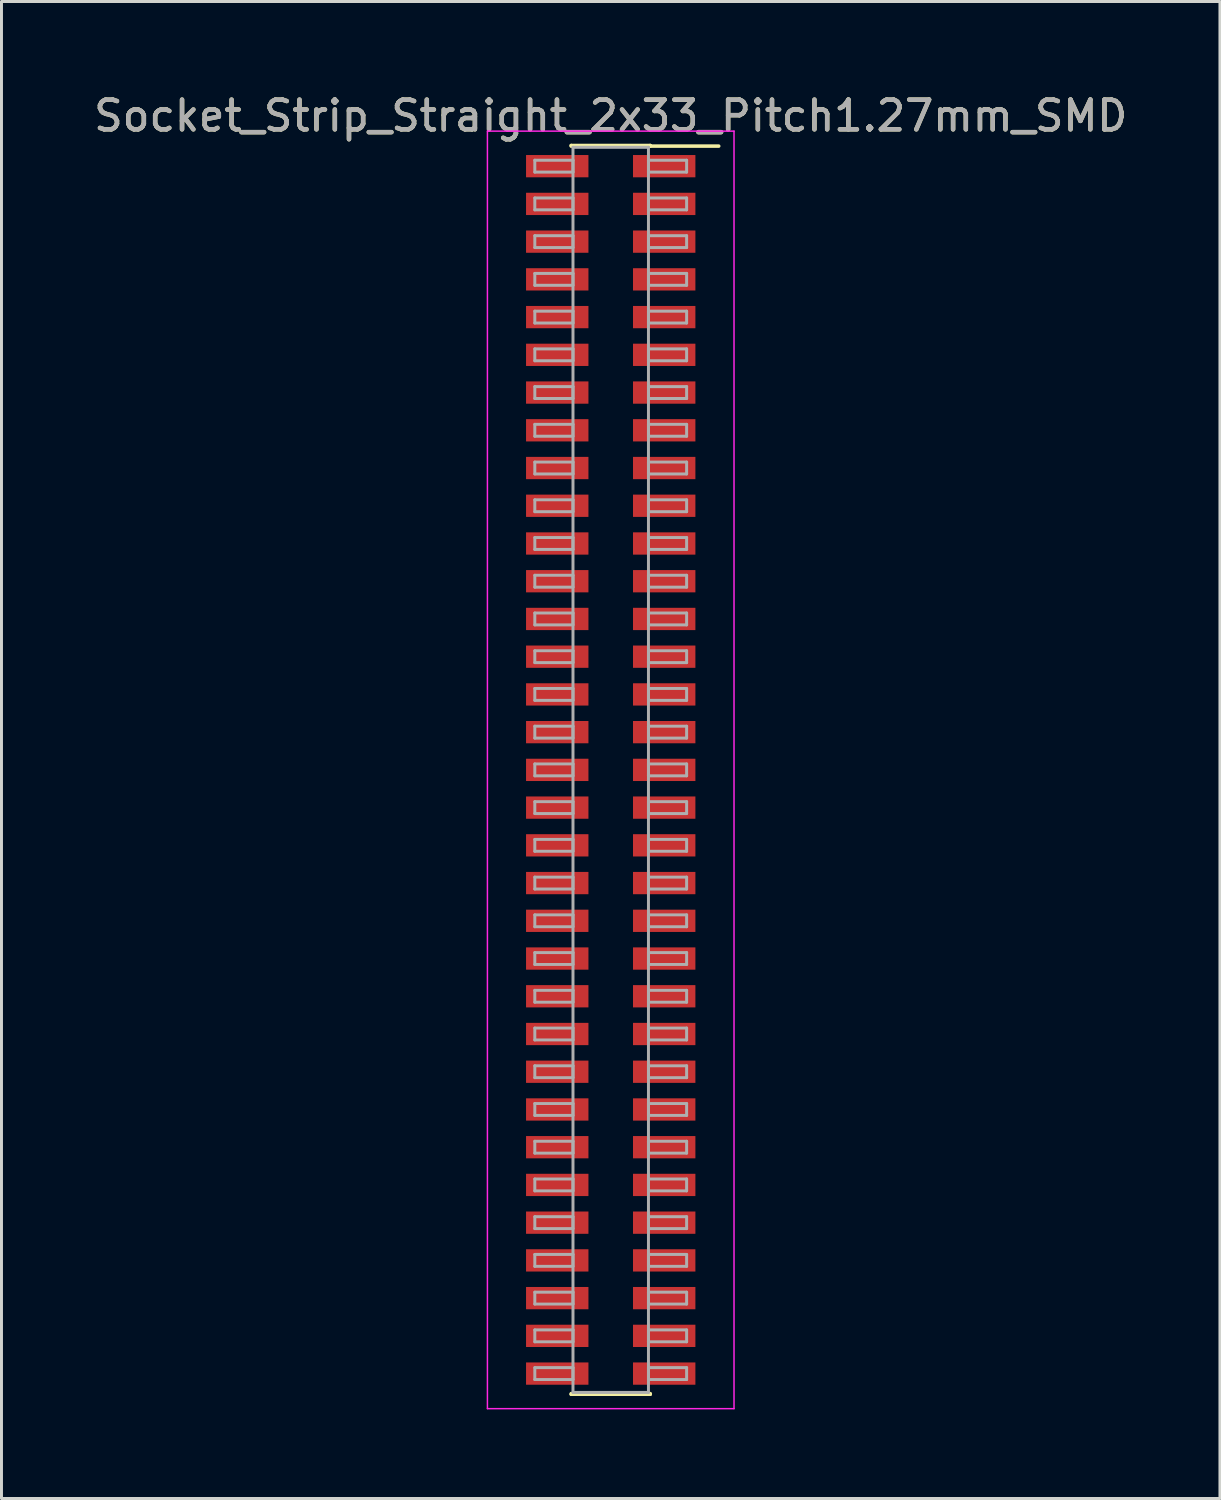
<source format=kicad_pcb>
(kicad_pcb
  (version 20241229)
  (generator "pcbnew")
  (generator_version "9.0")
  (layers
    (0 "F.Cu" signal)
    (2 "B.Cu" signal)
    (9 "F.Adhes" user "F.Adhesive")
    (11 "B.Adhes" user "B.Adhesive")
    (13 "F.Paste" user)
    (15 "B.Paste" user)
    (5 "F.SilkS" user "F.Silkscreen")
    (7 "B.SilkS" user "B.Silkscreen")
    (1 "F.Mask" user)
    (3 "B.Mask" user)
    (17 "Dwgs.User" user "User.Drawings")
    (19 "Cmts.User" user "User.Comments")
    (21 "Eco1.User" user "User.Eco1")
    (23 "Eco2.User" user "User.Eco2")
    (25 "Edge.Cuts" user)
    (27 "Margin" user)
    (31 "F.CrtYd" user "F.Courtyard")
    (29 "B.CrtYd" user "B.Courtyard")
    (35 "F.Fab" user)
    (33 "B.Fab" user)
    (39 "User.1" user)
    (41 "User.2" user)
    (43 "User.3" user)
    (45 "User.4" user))
  (footprint "Socket_Strip_Straight_2x33_Pitch1.27mm_SMD"
    (layer "F.Cu")
    (at 17.506 22.863)
    (property "Reference" "Socket_Strip_Straight_2x33_Pitch1.27mm_SMD" (at 0 -22.015 0) (layer "F.SilkS") (effects (font (size 1 1) (thickness 0.15))))
    (attr smd)
    (fp_line (start -1.33 -21.015) (end 1.33 -21.015) (stroke (width 0.12) (type solid)) (layer "F.SilkS"))
    (fp_line (start -1.33 -20.995) (end -1.33 -21.015) (stroke (width 0.12) (type solid)) (layer "F.SilkS"))
    (fp_line (start -1.33 20.995) (end -1.33 21.015) (stroke (width 0.12) (type solid)) (layer "F.SilkS"))
    (fp_line (start -1.33 21.015) (end 1.33 21.015) (stroke (width 0.12) (type solid)) (layer "F.SilkS"))
    (fp_line (start 1.33 -21.015) (end 1.33 -20.995) (stroke (width 0.12) (type solid)) (layer "F.SilkS"))
    (fp_line (start 1.33 21.015) (end 1.33 20.995) (stroke (width 0.12) (type solid)) (layer "F.SilkS"))
    (fp_line (start 3.635 -20.995) (end 1.33 -20.995) (stroke (width 0.12) (type solid)) (layer "F.SilkS"))
    (fp_line (start -4.15 -21.5) (end -4.15 21.5) (stroke (width 0.05) (type solid)) (layer "F.CrtYd"))
    (fp_line (start -4.15 21.5) (end 4.15 21.5) (stroke (width 0.05) (type solid)) (layer "F.CrtYd"))
    (fp_line (start 4.15 -21.5) (end -4.15 -21.5) (stroke (width 0.05) (type solid)) (layer "F.CrtYd"))
    (fp_line (start 4.15 21.5) (end 4.15 -21.5) (stroke (width 0.05) (type solid)) (layer "F.CrtYd"))
    (fp_line (start -2.555 -20.52) (end -1.27 -20.52) (stroke (width 0.1) (type solid)) (layer "F.Fab"))
    (fp_line (start -2.555 -20.12) (end -2.555 -20.52) (stroke (width 0.1) (type solid)) (layer "F.Fab"))
    (fp_line (start -2.555 -19.25) (end -1.27 -19.25) (stroke (width 0.1) (type solid)) (layer "F.Fab"))
    (fp_line (start -2.555 -18.85) (end -2.555 -19.25) (stroke (width 0.1) (type solid)) (layer "F.Fab"))
    (fp_line (start -2.555 -17.98) (end -1.27 -17.98) (stroke (width 0.1) (type solid)) (layer "F.Fab"))
    (fp_line (start -2.555 -17.58) (end -2.555 -17.98) (stroke (width 0.1) (type solid)) (layer "F.Fab"))
    (fp_line (start -2.555 -16.71) (end -1.27 -16.71) (stroke (width 0.1) (type solid)) (layer "F.Fab"))
    (fp_line (start -2.555 -16.31) (end -2.555 -16.71) (stroke (width 0.1) (type solid)) (layer "F.Fab"))
    (fp_line (start -2.555 -15.44) (end -1.27 -15.44) (stroke (width 0.1) (type solid)) (layer "F.Fab"))
    (fp_line (start -2.555 -15.04) (end -2.555 -15.44) (stroke (width 0.1) (type solid)) (layer "F.Fab"))
    (fp_line (start -2.555 -14.17) (end -1.27 -14.17) (stroke (width 0.1) (type solid)) (layer "F.Fab"))
    (fp_line (start -2.555 -13.77) (end -2.555 -14.17) (stroke (width 0.1) (type solid)) (layer "F.Fab"))
    (fp_line (start -2.555 -12.9) (end -1.27 -12.9) (stroke (width 0.1) (type solid)) (layer "F.Fab"))
    (fp_line (start -2.555 -12.5) (end -2.555 -12.9) (stroke (width 0.1) (type solid)) (layer "F.Fab"))
    (fp_line (start -2.555 -11.63) (end -1.27 -11.63) (stroke (width 0.1) (type solid)) (layer "F.Fab"))
    (fp_line (start -2.555 -11.23) (end -2.555 -11.63) (stroke (width 0.1) (type solid)) (layer "F.Fab"))
    (fp_line (start -2.555 -10.36) (end -1.27 -10.36) (stroke (width 0.1) (type solid)) (layer "F.Fab"))
    (fp_line (start -2.555 -9.96) (end -2.555 -10.36) (stroke (width 0.1) (type solid)) (layer "F.Fab"))
    (fp_line (start -2.555 -9.09) (end -1.27 -9.09) (stroke (width 0.1) (type solid)) (layer "F.Fab"))
    (fp_line (start -2.555 -8.69) (end -2.555 -9.09) (stroke (width 0.1) (type solid)) (layer "F.Fab"))
    (fp_line (start -2.555 -7.82) (end -1.27 -7.82) (stroke (width 0.1) (type solid)) (layer "F.Fab"))
    (fp_line (start -2.555 -7.42) (end -2.555 -7.82) (stroke (width 0.1) (type solid)) (layer "F.Fab"))
    (fp_line (start -2.555 -6.55) (end -1.27 -6.55) (stroke (width 0.1) (type solid)) (layer "F.Fab"))
    (fp_line (start -2.555 -6.15) (end -2.555 -6.55) (stroke (width 0.1) (type solid)) (layer "F.Fab"))
    (fp_line (start -2.555 -5.28) (end -1.27 -5.28) (stroke (width 0.1) (type solid)) (layer "F.Fab"))
    (fp_line (start -2.555 -4.88) (end -2.555 -5.28) (stroke (width 0.1) (type solid)) (layer "F.Fab"))
    (fp_line (start -2.555 -4.01) (end -1.27 -4.01) (stroke (width 0.1) (type solid)) (layer "F.Fab"))
    (fp_line (start -2.555 -3.61) (end -2.555 -4.01) (stroke (width 0.1) (type solid)) (layer "F.Fab"))
    (fp_line (start -2.555 -2.74) (end -1.27 -2.74) (stroke (width 0.1) (type solid)) (layer "F.Fab"))
    (fp_line (start -2.555 -2.34) (end -2.555 -2.74) (stroke (width 0.1) (type solid)) (layer "F.Fab"))
    (fp_line (start -2.555 -1.47) (end -1.27 -1.47) (stroke (width 0.1) (type solid)) (layer "F.Fab"))
    (fp_line (start -2.555 -1.07) (end -2.555 -1.47) (stroke (width 0.1) (type solid)) (layer "F.Fab"))
    (fp_line (start -2.555 -0.2) (end -1.27 -0.2) (stroke (width 0.1) (type solid)) (layer "F.Fab"))
    (fp_line (start -2.555 0.2) (end -2.555 -0.2) (stroke (width 0.1) (type solid)) (layer "F.Fab"))
    (fp_line (start -2.555 1.07) (end -1.27 1.07) (stroke (width 0.1) (type solid)) (layer "F.Fab"))
    (fp_line (start -2.555 1.47) (end -2.555 1.07) (stroke (width 0.1) (type solid)) (layer "F.Fab"))
    (fp_line (start -2.555 2.34) (end -1.27 2.34) (stroke (width 0.1) (type solid)) (layer "F.Fab"))
    (fp_line (start -2.555 2.74) (end -2.555 2.34) (stroke (width 0.1) (type solid)) (layer "F.Fab"))
    (fp_line (start -2.555 3.61) (end -1.27 3.61) (stroke (width 0.1) (type solid)) (layer "F.Fab"))
    (fp_line (start -2.555 4.01) (end -2.555 3.61) (stroke (width 0.1) (type solid)) (layer "F.Fab"))
    (fp_line (start -2.555 4.88) (end -1.27 4.88) (stroke (width 0.1) (type solid)) (layer "F.Fab"))
    (fp_line (start -2.555 5.28) (end -2.555 4.88) (stroke (width 0.1) (type solid)) (layer "F.Fab"))
    (fp_line (start -2.555 6.15) (end -1.27 6.15) (stroke (width 0.1) (type solid)) (layer "F.Fab"))
    (fp_line (start -2.555 6.55) (end -2.555 6.15) (stroke (width 0.1) (type solid)) (layer "F.Fab"))
    (fp_line (start -2.555 7.42) (end -1.27 7.42) (stroke (width 0.1) (type solid)) (layer "F.Fab"))
    (fp_line (start -2.555 7.82) (end -2.555 7.42) (stroke (width 0.1) (type solid)) (layer "F.Fab"))
    (fp_line (start -2.555 8.69) (end -1.27 8.69) (stroke (width 0.1) (type solid)) (layer "F.Fab"))
    (fp_line (start -2.555 9.09) (end -2.555 8.69) (stroke (width 0.1) (type solid)) (layer "F.Fab"))
    (fp_line (start -2.555 9.96) (end -1.27 9.96) (stroke (width 0.1) (type solid)) (layer "F.Fab"))
    (fp_line (start -2.555 10.36) (end -2.555 9.96) (stroke (width 0.1) (type solid)) (layer "F.Fab"))
    (fp_line (start -2.555 11.23) (end -1.27 11.23) (stroke (width 0.1) (type solid)) (layer "F.Fab"))
    (fp_line (start -2.555 11.63) (end -2.555 11.23) (stroke (width 0.1) (type solid)) (layer "F.Fab"))
    (fp_line (start -2.555 12.5) (end -1.27 12.5) (stroke (width 0.1) (type solid)) (layer "F.Fab"))
    (fp_line (start -2.555 12.9) (end -2.555 12.5) (stroke (width 0.1) (type solid)) (layer "F.Fab"))
    (fp_line (start -2.555 13.77) (end -1.27 13.77) (stroke (width 0.1) (type solid)) (layer "F.Fab"))
    (fp_line (start -2.555 14.17) (end -2.555 13.77) (stroke (width 0.1) (type solid)) (layer "F.Fab"))
    (fp_line (start -2.555 15.04) (end -1.27 15.04) (stroke (width 0.1) (type solid)) (layer "F.Fab"))
    (fp_line (start -2.555 15.44) (end -2.555 15.04) (stroke (width 0.1) (type solid)) (layer "F.Fab"))
    (fp_line (start -2.555 16.31) (end -1.27 16.31) (stroke (width 0.1) (type solid)) (layer "F.Fab"))
    (fp_line (start -2.555 16.71) (end -2.555 16.31) (stroke (width 0.1) (type solid)) (layer "F.Fab"))
    (fp_line (start -2.555 17.58) (end -1.27 17.58) (stroke (width 0.1) (type solid)) (layer "F.Fab"))
    (fp_line (start -2.555 17.98) (end -2.555 17.58) (stroke (width 0.1) (type solid)) (layer "F.Fab"))
    (fp_line (start -2.555 18.85) (end -1.27 18.85) (stroke (width 0.1) (type solid)) (layer "F.Fab"))
    (fp_line (start -2.555 19.25) (end -2.555 18.85) (stroke (width 0.1) (type solid)) (layer "F.Fab"))
    (fp_line (start -2.555 20.12) (end -1.27 20.12) (stroke (width 0.1) (type solid)) (layer "F.Fab"))
    (fp_line (start -2.555 20.52) (end -2.555 20.12) (stroke (width 0.1) (type solid)) (layer "F.Fab"))
    (fp_line (start -1.27 -20.955) (end -1.27 20.955) (stroke (width 0.1) (type solid)) (layer "F.Fab"))
    (fp_line (start -1.27 -20.52) (end -1.27 -20.12) (stroke (width 0.1) (type solid)) (layer "F.Fab"))
    (fp_line (start -1.27 -20.12) (end -2.555 -20.12) (stroke (width 0.1) (type solid)) (layer "F.Fab"))
    (fp_line (start -1.27 -19.25) (end -1.27 -18.85) (stroke (width 0.1) (type solid)) (layer "F.Fab"))
    (fp_line (start -1.27 -18.85) (end -2.555 -18.85) (stroke (width 0.1) (type solid)) (layer "F.Fab"))
    (fp_line (start -1.27 -17.98) (end -1.27 -17.58) (stroke (width 0.1) (type solid)) (layer "F.Fab"))
    (fp_line (start -1.27 -17.58) (end -2.555 -17.58) (stroke (width 0.1) (type solid)) (layer "F.Fab"))
    (fp_line (start -1.27 -16.71) (end -1.27 -16.31) (stroke (width 0.1) (type solid)) (layer "F.Fab"))
    (fp_line (start -1.27 -16.31) (end -2.555 -16.31) (stroke (width 0.1) (type solid)) (layer "F.Fab"))
    (fp_line (start -1.27 -15.44) (end -1.27 -15.04) (stroke (width 0.1) (type solid)) (layer "F.Fab"))
    (fp_line (start -1.27 -15.04) (end -2.555 -15.04) (stroke (width 0.1) (type solid)) (layer "F.Fab"))
    (fp_line (start -1.27 -14.17) (end -1.27 -13.77) (stroke (width 0.1) (type solid)) (layer "F.Fab"))
    (fp_line (start -1.27 -13.77) (end -2.555 -13.77) (stroke (width 0.1) (type solid)) (layer "F.Fab"))
    (fp_line (start -1.27 -12.9) (end -1.27 -12.5) (stroke (width 0.1) (type solid)) (layer "F.Fab"))
    (fp_line (start -1.27 -12.5) (end -2.555 -12.5) (stroke (width 0.1) (type solid)) (layer "F.Fab"))
    (fp_line (start -1.27 -11.63) (end -1.27 -11.23) (stroke (width 0.1) (type solid)) (layer "F.Fab"))
    (fp_line (start -1.27 -11.23) (end -2.555 -11.23) (stroke (width 0.1) (type solid)) (layer "F.Fab"))
    (fp_line (start -1.27 -10.36) (end -1.27 -9.96) (stroke (width 0.1) (type solid)) (layer "F.Fab"))
    (fp_line (start -1.27 -9.96) (end -2.555 -9.96) (stroke (width 0.1) (type solid)) (layer "F.Fab"))
    (fp_line (start -1.27 -9.09) (end -1.27 -8.69) (stroke (width 0.1) (type solid)) (layer "F.Fab"))
    (fp_line (start -1.27 -8.69) (end -2.555 -8.69) (stroke (width 0.1) (type solid)) (layer "F.Fab"))
    (fp_line (start -1.27 -7.82) (end -1.27 -7.42) (stroke (width 0.1) (type solid)) (layer "F.Fab"))
    (fp_line (start -1.27 -7.42) (end -2.555 -7.42) (stroke (width 0.1) (type solid)) (layer "F.Fab"))
    (fp_line (start -1.27 -6.55) (end -1.27 -6.15) (stroke (width 0.1) (type solid)) (layer "F.Fab"))
    (fp_line (start -1.27 -6.15) (end -2.555 -6.15) (stroke (width 0.1) (type solid)) (layer "F.Fab"))
    (fp_line (start -1.27 -5.28) (end -1.27 -4.88) (stroke (width 0.1) (type solid)) (layer "F.Fab"))
    (fp_line (start -1.27 -4.88) (end -2.555 -4.88) (stroke (width 0.1) (type solid)) (layer "F.Fab"))
    (fp_line (start -1.27 -4.01) (end -1.27 -3.61) (stroke (width 0.1) (type solid)) (layer "F.Fab"))
    (fp_line (start -1.27 -3.61) (end -2.555 -3.61) (stroke (width 0.1) (type solid)) (layer "F.Fab"))
    (fp_line (start -1.27 -2.74) (end -1.27 -2.34) (stroke (width 0.1) (type solid)) (layer "F.Fab"))
    (fp_line (start -1.27 -2.34) (end -2.555 -2.34) (stroke (width 0.1) (type solid)) (layer "F.Fab"))
    (fp_line (start -1.27 -1.47) (end -1.27 -1.07) (stroke (width 0.1) (type solid)) (layer "F.Fab"))
    (fp_line (start -1.27 -1.07) (end -2.555 -1.07) (stroke (width 0.1) (type solid)) (layer "F.Fab"))
    (fp_line (start -1.27 -0.2) (end -1.27 0.2) (stroke (width 0.1) (type solid)) (layer "F.Fab"))
    (fp_line (start -1.27 0.2) (end -2.555 0.2) (stroke (width 0.1) (type solid)) (layer "F.Fab"))
    (fp_line (start -1.27 1.07) (end -1.27 1.47) (stroke (width 0.1) (type solid)) (layer "F.Fab"))
    (fp_line (start -1.27 1.47) (end -2.555 1.47) (stroke (width 0.1) (type solid)) (layer "F.Fab"))
    (fp_line (start -1.27 2.34) (end -1.27 2.74) (stroke (width 0.1) (type solid)) (layer "F.Fab"))
    (fp_line (start -1.27 2.74) (end -2.555 2.74) (stroke (width 0.1) (type solid)) (layer "F.Fab"))
    (fp_line (start -1.27 3.61) (end -1.27 4.01) (stroke (width 0.1) (type solid)) (layer "F.Fab"))
    (fp_line (start -1.27 4.01) (end -2.555 4.01) (stroke (width 0.1) (type solid)) (layer "F.Fab"))
    (fp_line (start -1.27 4.88) (end -1.27 5.28) (stroke (width 0.1) (type solid)) (layer "F.Fab"))
    (fp_line (start -1.27 5.28) (end -2.555 5.28) (stroke (width 0.1) (type solid)) (layer "F.Fab"))
    (fp_line (start -1.27 6.15) (end -1.27 6.55) (stroke (width 0.1) (type solid)) (layer "F.Fab"))
    (fp_line (start -1.27 6.55) (end -2.555 6.55) (stroke (width 0.1) (type solid)) (layer "F.Fab"))
    (fp_line (start -1.27 7.42) (end -1.27 7.82) (stroke (width 0.1) (type solid)) (layer "F.Fab"))
    (fp_line (start -1.27 7.82) (end -2.555 7.82) (stroke (width 0.1) (type solid)) (layer "F.Fab"))
    (fp_line (start -1.27 8.69) (end -1.27 9.09) (stroke (width 0.1) (type solid)) (layer "F.Fab"))
    (fp_line (start -1.27 9.09) (end -2.555 9.09) (stroke (width 0.1) (type solid)) (layer "F.Fab"))
    (fp_line (start -1.27 9.96) (end -1.27 10.36) (stroke (width 0.1) (type solid)) (layer "F.Fab"))
    (fp_line (start -1.27 10.36) (end -2.555 10.36) (stroke (width 0.1) (type solid)) (layer "F.Fab"))
    (fp_line (start -1.27 11.23) (end -1.27 11.63) (stroke (width 0.1) (type solid)) (layer "F.Fab"))
    (fp_line (start -1.27 11.63) (end -2.555 11.63) (stroke (width 0.1) (type solid)) (layer "F.Fab"))
    (fp_line (start -1.27 12.5) (end -1.27 12.9) (stroke (width 0.1) (type solid)) (layer "F.Fab"))
    (fp_line (start -1.27 12.9) (end -2.555 12.9) (stroke (width 0.1) (type solid)) (layer "F.Fab"))
    (fp_line (start -1.27 13.77) (end -1.27 14.17) (stroke (width 0.1) (type solid)) (layer "F.Fab"))
    (fp_line (start -1.27 14.17) (end -2.555 14.17) (stroke (width 0.1) (type solid)) (layer "F.Fab"))
    (fp_line (start -1.27 15.04) (end -1.27 15.44) (stroke (width 0.1) (type solid)) (layer "F.Fab"))
    (fp_line (start -1.27 15.44) (end -2.555 15.44) (stroke (width 0.1) (type solid)) (layer "F.Fab"))
    (fp_line (start -1.27 16.31) (end -1.27 16.71) (stroke (width 0.1) (type solid)) (layer "F.Fab"))
    (fp_line (start -1.27 16.71) (end -2.555 16.71) (stroke (width 0.1) (type solid)) (layer "F.Fab"))
    (fp_line (start -1.27 17.58) (end -1.27 17.98) (stroke (width 0.1) (type solid)) (layer "F.Fab"))
    (fp_line (start -1.27 17.98) (end -2.555 17.98) (stroke (width 0.1) (type solid)) (layer "F.Fab"))
    (fp_line (start -1.27 18.85) (end -1.27 19.25) (stroke (width 0.1) (type solid)) (layer "F.Fab"))
    (fp_line (start -1.27 19.25) (end -2.555 19.25) (stroke (width 0.1) (type solid)) (layer "F.Fab"))
    (fp_line (start -1.27 20.12) (end -1.27 20.52) (stroke (width 0.1) (type solid)) (layer "F.Fab"))
    (fp_line (start -1.27 20.52) (end -2.555 20.52) (stroke (width 0.1) (type solid)) (layer "F.Fab"))
    (fp_line (start -1.27 20.955) (end 1.27 20.955) (stroke (width 0.1) (type solid)) (layer "F.Fab"))
    (fp_line (start 1.27 -20.955) (end -1.27 -20.955) (stroke (width 0.1) (type solid)) (layer "F.Fab"))
    (fp_line (start 1.27 -20.52) (end 1.27 -20.12) (stroke (width 0.1) (type solid)) (layer "F.Fab"))
    (fp_line (start 1.27 -20.12) (end 2.555 -20.12) (stroke (width 0.1) (type solid)) (layer "F.Fab"))
    (fp_line (start 1.27 -19.25) (end 1.27 -18.85) (stroke (width 0.1) (type solid)) (layer "F.Fab"))
    (fp_line (start 1.27 -18.85) (end 2.555 -18.85) (stroke (width 0.1) (type solid)) (layer "F.Fab"))
    (fp_line (start 1.27 -17.98) (end 1.27 -17.58) (stroke (width 0.1) (type solid)) (layer "F.Fab"))
    (fp_line (start 1.27 -17.58) (end 2.555 -17.58) (stroke (width 0.1) (type solid)) (layer "F.Fab"))
    (fp_line (start 1.27 -16.71) (end 1.27 -16.31) (stroke (width 0.1) (type solid)) (layer "F.Fab"))
    (fp_line (start 1.27 -16.31) (end 2.555 -16.31) (stroke (width 0.1) (type solid)) (layer "F.Fab"))
    (fp_line (start 1.27 -15.44) (end 1.27 -15.04) (stroke (width 0.1) (type solid)) (layer "F.Fab"))
    (fp_line (start 1.27 -15.04) (end 2.555 -15.04) (stroke (width 0.1) (type solid)) (layer "F.Fab"))
    (fp_line (start 1.27 -14.17) (end 1.27 -13.77) (stroke (width 0.1) (type solid)) (layer "F.Fab"))
    (fp_line (start 1.27 -13.77) (end 2.555 -13.77) (stroke (width 0.1) (type solid)) (layer "F.Fab"))
    (fp_line (start 1.27 -12.9) (end 1.27 -12.5) (stroke (width 0.1) (type solid)) (layer "F.Fab"))
    (fp_line (start 1.27 -12.5) (end 2.555 -12.5) (stroke (width 0.1) (type solid)) (layer "F.Fab"))
    (fp_line (start 1.27 -11.63) (end 1.27 -11.23) (stroke (width 0.1) (type solid)) (layer "F.Fab"))
    (fp_line (start 1.27 -11.23) (end 2.555 -11.23) (stroke (width 0.1) (type solid)) (layer "F.Fab"))
    (fp_line (start 1.27 -10.36) (end 1.27 -9.96) (stroke (width 0.1) (type solid)) (layer "F.Fab"))
    (fp_line (start 1.27 -9.96) (end 2.555 -9.96) (stroke (width 0.1) (type solid)) (layer "F.Fab"))
    (fp_line (start 1.27 -9.09) (end 1.27 -8.69) (stroke (width 0.1) (type solid)) (layer "F.Fab"))
    (fp_line (start 1.27 -8.69) (end 2.555 -8.69) (stroke (width 0.1) (type solid)) (layer "F.Fab"))
    (fp_line (start 1.27 -7.82) (end 1.27 -7.42) (stroke (width 0.1) (type solid)) (layer "F.Fab"))
    (fp_line (start 1.27 -7.42) (end 2.555 -7.42) (stroke (width 0.1) (type solid)) (layer "F.Fab"))
    (fp_line (start 1.27 -6.55) (end 1.27 -6.15) (stroke (width 0.1) (type solid)) (layer "F.Fab"))
    (fp_line (start 1.27 -6.15) (end 2.555 -6.15) (stroke (width 0.1) (type solid)) (layer "F.Fab"))
    (fp_line (start 1.27 -5.28) (end 1.27 -4.88) (stroke (width 0.1) (type solid)) (layer "F.Fab"))
    (fp_line (start 1.27 -4.88) (end 2.555 -4.88) (stroke (width 0.1) (type solid)) (layer "F.Fab"))
    (fp_line (start 1.27 -4.01) (end 1.27 -3.61) (stroke (width 0.1) (type solid)) (layer "F.Fab"))
    (fp_line (start 1.27 -3.61) (end 2.555 -3.61) (stroke (width 0.1) (type solid)) (layer "F.Fab"))
    (fp_line (start 1.27 -2.74) (end 1.27 -2.34) (stroke (width 0.1) (type solid)) (layer "F.Fab"))
    (fp_line (start 1.27 -2.34) (end 2.555 -2.34) (stroke (width 0.1) (type solid)) (layer "F.Fab"))
    (fp_line (start 1.27 -1.47) (end 1.27 -1.07) (stroke (width 0.1) (type solid)) (layer "F.Fab"))
    (fp_line (start 1.27 -1.07) (end 2.555 -1.07) (stroke (width 0.1) (type solid)) (layer "F.Fab"))
    (fp_line (start 1.27 -0.2) (end 1.27 0.2) (stroke (width 0.1) (type solid)) (layer "F.Fab"))
    (fp_line (start 1.27 0.2) (end 2.555 0.2) (stroke (width 0.1) (type solid)) (layer "F.Fab"))
    (fp_line (start 1.27 1.07) (end 1.27 1.47) (stroke (width 0.1) (type solid)) (layer "F.Fab"))
    (fp_line (start 1.27 1.47) (end 2.555 1.47) (stroke (width 0.1) (type solid)) (layer "F.Fab"))
    (fp_line (start 1.27 2.34) (end 1.27 2.74) (stroke (width 0.1) (type solid)) (layer "F.Fab"))
    (fp_line (start 1.27 2.74) (end 2.555 2.74) (stroke (width 0.1) (type solid)) (layer "F.Fab"))
    (fp_line (start 1.27 3.61) (end 1.27 4.01) (stroke (width 0.1) (type solid)) (layer "F.Fab"))
    (fp_line (start 1.27 4.01) (end 2.555 4.01) (stroke (width 0.1) (type solid)) (layer "F.Fab"))
    (fp_line (start 1.27 4.88) (end 1.27 5.28) (stroke (width 0.1) (type solid)) (layer "F.Fab"))
    (fp_line (start 1.27 5.28) (end 2.555 5.28) (stroke (width 0.1) (type solid)) (layer "F.Fab"))
    (fp_line (start 1.27 6.15) (end 1.27 6.55) (stroke (width 0.1) (type solid)) (layer "F.Fab"))
    (fp_line (start 1.27 6.55) (end 2.555 6.55) (stroke (width 0.1) (type solid)) (layer "F.Fab"))
    (fp_line (start 1.27 7.42) (end 1.27 7.82) (stroke (width 0.1) (type solid)) (layer "F.Fab"))
    (fp_line (start 1.27 7.82) (end 2.555 7.82) (stroke (width 0.1) (type solid)) (layer "F.Fab"))
    (fp_line (start 1.27 8.69) (end 1.27 9.09) (stroke (width 0.1) (type solid)) (layer "F.Fab"))
    (fp_line (start 1.27 9.09) (end 2.555 9.09) (stroke (width 0.1) (type solid)) (layer "F.Fab"))
    (fp_line (start 1.27 9.96) (end 1.27 10.36) (stroke (width 0.1) (type solid)) (layer "F.Fab"))
    (fp_line (start 1.27 10.36) (end 2.555 10.36) (stroke (width 0.1) (type solid)) (layer "F.Fab"))
    (fp_line (start 1.27 11.23) (end 1.27 11.63) (stroke (width 0.1) (type solid)) (layer "F.Fab"))
    (fp_line (start 1.27 11.63) (end 2.555 11.63) (stroke (width 0.1) (type solid)) (layer "F.Fab"))
    (fp_line (start 1.27 12.5) (end 1.27 12.9) (stroke (width 0.1) (type solid)) (layer "F.Fab"))
    (fp_line (start 1.27 12.9) (end 2.555 12.9) (stroke (width 0.1) (type solid)) (layer "F.Fab"))
    (fp_line (start 1.27 13.77) (end 1.27 14.17) (stroke (width 0.1) (type solid)) (layer "F.Fab"))
    (fp_line (start 1.27 14.17) (end 2.555 14.17) (stroke (width 0.1) (type solid)) (layer "F.Fab"))
    (fp_line (start 1.27 15.04) (end 1.27 15.44) (stroke (width 0.1) (type solid)) (layer "F.Fab"))
    (fp_line (start 1.27 15.44) (end 2.555 15.44) (stroke (width 0.1) (type solid)) (layer "F.Fab"))
    (fp_line (start 1.27 16.31) (end 1.27 16.71) (stroke (width 0.1) (type solid)) (layer "F.Fab"))
    (fp_line (start 1.27 16.71) (end 2.555 16.71) (stroke (width 0.1) (type solid)) (layer "F.Fab"))
    (fp_line (start 1.27 17.58) (end 1.27 17.98) (stroke (width 0.1) (type solid)) (layer "F.Fab"))
    (fp_line (start 1.27 17.98) (end 2.555 17.98) (stroke (width 0.1) (type solid)) (layer "F.Fab"))
    (fp_line (start 1.27 18.85) (end 1.27 19.25) (stroke (width 0.1) (type solid)) (layer "F.Fab"))
    (fp_line (start 1.27 19.25) (end 2.555 19.25) (stroke (width 0.1) (type solid)) (layer "F.Fab"))
    (fp_line (start 1.27 20.12) (end 1.27 20.52) (stroke (width 0.1) (type solid)) (layer "F.Fab"))
    (fp_line (start 1.27 20.52) (end 2.555 20.52) (stroke (width 0.1) (type solid)) (layer "F.Fab"))
    (fp_line (start 1.27 20.955) (end 1.27 -20.955) (stroke (width 0.1) (type solid)) (layer "F.Fab"))
    (fp_line (start 2.555 -20.52) (end 1.27 -20.52) (stroke (width 0.1) (type solid)) (layer "F.Fab"))
    (fp_line (start 2.555 -20.12) (end 2.555 -20.52) (stroke (width 0.1) (type solid)) (layer "F.Fab"))
    (fp_line (start 2.555 -19.25) (end 1.27 -19.25) (stroke (width 0.1) (type solid)) (layer "F.Fab"))
    (fp_line (start 2.555 -18.85) (end 2.555 -19.25) (stroke (width 0.1) (type solid)) (layer "F.Fab"))
    (fp_line (start 2.555 -17.98) (end 1.27 -17.98) (stroke (width 0.1) (type solid)) (layer "F.Fab"))
    (fp_line (start 2.555 -17.58) (end 2.555 -17.98) (stroke (width 0.1) (type solid)) (layer "F.Fab"))
    (fp_line (start 2.555 -16.71) (end 1.27 -16.71) (stroke (width 0.1) (type solid)) (layer "F.Fab"))
    (fp_line (start 2.555 -16.31) (end 2.555 -16.71) (stroke (width 0.1) (type solid)) (layer "F.Fab"))
    (fp_line (start 2.555 -15.44) (end 1.27 -15.44) (stroke (width 0.1) (type solid)) (layer "F.Fab"))
    (fp_line (start 2.555 -15.04) (end 2.555 -15.44) (stroke (width 0.1) (type solid)) (layer "F.Fab"))
    (fp_line (start 2.555 -14.17) (end 1.27 -14.17) (stroke (width 0.1) (type solid)) (layer "F.Fab"))
    (fp_line (start 2.555 -13.77) (end 2.555 -14.17) (stroke (width 0.1) (type solid)) (layer "F.Fab"))
    (fp_line (start 2.555 -12.9) (end 1.27 -12.9) (stroke (width 0.1) (type solid)) (layer "F.Fab"))
    (fp_line (start 2.555 -12.5) (end 2.555 -12.9) (stroke (width 0.1) (type solid)) (layer "F.Fab"))
    (fp_line (start 2.555 -11.63) (end 1.27 -11.63) (stroke (width 0.1) (type solid)) (layer "F.Fab"))
    (fp_line (start 2.555 -11.23) (end 2.555 -11.63) (stroke (width 0.1) (type solid)) (layer "F.Fab"))
    (fp_line (start 2.555 -10.36) (end 1.27 -10.36) (stroke (width 0.1) (type solid)) (layer "F.Fab"))
    (fp_line (start 2.555 -9.96) (end 2.555 -10.36) (stroke (width 0.1) (type solid)) (layer "F.Fab"))
    (fp_line (start 2.555 -9.09) (end 1.27 -9.09) (stroke (width 0.1) (type solid)) (layer "F.Fab"))
    (fp_line (start 2.555 -8.69) (end 2.555 -9.09) (stroke (width 0.1) (type solid)) (layer "F.Fab"))
    (fp_line (start 2.555 -7.82) (end 1.27 -7.82) (stroke (width 0.1) (type solid)) (layer "F.Fab"))
    (fp_line (start 2.555 -7.42) (end 2.555 -7.82) (stroke (width 0.1) (type solid)) (layer "F.Fab"))
    (fp_line (start 2.555 -6.55) (end 1.27 -6.55) (stroke (width 0.1) (type solid)) (layer "F.Fab"))
    (fp_line (start 2.555 -6.15) (end 2.555 -6.55) (stroke (width 0.1) (type solid)) (layer "F.Fab"))
    (fp_line (start 2.555 -5.28) (end 1.27 -5.28) (stroke (width 0.1) (type solid)) (layer "F.Fab"))
    (fp_line (start 2.555 -4.88) (end 2.555 -5.28) (stroke (width 0.1) (type solid)) (layer "F.Fab"))
    (fp_line (start 2.555 -4.01) (end 1.27 -4.01) (stroke (width 0.1) (type solid)) (layer "F.Fab"))
    (fp_line (start 2.555 -3.61) (end 2.555 -4.01) (stroke (width 0.1) (type solid)) (layer "F.Fab"))
    (fp_line (start 2.555 -2.74) (end 1.27 -2.74) (stroke (width 0.1) (type solid)) (layer "F.Fab"))
    (fp_line (start 2.555 -2.34) (end 2.555 -2.74) (stroke (width 0.1) (type solid)) (layer "F.Fab"))
    (fp_line (start 2.555 -1.47) (end 1.27 -1.47) (stroke (width 0.1) (type solid)) (layer "F.Fab"))
    (fp_line (start 2.555 -1.07) (end 2.555 -1.47) (stroke (width 0.1) (type solid)) (layer "F.Fab"))
    (fp_line (start 2.555 -0.2) (end 1.27 -0.2) (stroke (width 0.1) (type solid)) (layer "F.Fab"))
    (fp_line (start 2.555 0.2) (end 2.555 -0.2) (stroke (width 0.1) (type solid)) (layer "F.Fab"))
    (fp_line (start 2.555 1.07) (end 1.27 1.07) (stroke (width 0.1) (type solid)) (layer "F.Fab"))
    (fp_line (start 2.555 1.47) (end 2.555 1.07) (stroke (width 0.1) (type solid)) (layer "F.Fab"))
    (fp_line (start 2.555 2.34) (end 1.27 2.34) (stroke (width 0.1) (type solid)) (layer "F.Fab"))
    (fp_line (start 2.555 2.74) (end 2.555 2.34) (stroke (width 0.1) (type solid)) (layer "F.Fab"))
    (fp_line (start 2.555 3.61) (end 1.27 3.61) (stroke (width 0.1) (type solid)) (layer "F.Fab"))
    (fp_line (start 2.555 4.01) (end 2.555 3.61) (stroke (width 0.1) (type solid)) (layer "F.Fab"))
    (fp_line (start 2.555 4.88) (end 1.27 4.88) (stroke (width 0.1) (type solid)) (layer "F.Fab"))
    (fp_line (start 2.555 5.28) (end 2.555 4.88) (stroke (width 0.1) (type solid)) (layer "F.Fab"))
    (fp_line (start 2.555 6.15) (end 1.27 6.15) (stroke (width 0.1) (type solid)) (layer "F.Fab"))
    (fp_line (start 2.555 6.55) (end 2.555 6.15) (stroke (width 0.1) (type solid)) (layer "F.Fab"))
    (fp_line (start 2.555 7.42) (end 1.27 7.42) (stroke (width 0.1) (type solid)) (layer "F.Fab"))
    (fp_line (start 2.555 7.82) (end 2.555 7.42) (stroke (width 0.1) (type solid)) (layer "F.Fab"))
    (fp_line (start 2.555 8.69) (end 1.27 8.69) (stroke (width 0.1) (type solid)) (layer "F.Fab"))
    (fp_line (start 2.555 9.09) (end 2.555 8.69) (stroke (width 0.1) (type solid)) (layer "F.Fab"))
    (fp_line (start 2.555 9.96) (end 1.27 9.96) (stroke (width 0.1) (type solid)) (layer "F.Fab"))
    (fp_line (start 2.555 10.36) (end 2.555 9.96) (stroke (width 0.1) (type solid)) (layer "F.Fab"))
    (fp_line (start 2.555 11.23) (end 1.27 11.23) (stroke (width 0.1) (type solid)) (layer "F.Fab"))
    (fp_line (start 2.555 11.63) (end 2.555 11.23) (stroke (width 0.1) (type solid)) (layer "F.Fab"))
    (fp_line (start 2.555 12.5) (end 1.27 12.5) (stroke (width 0.1) (type solid)) (layer "F.Fab"))
    (fp_line (start 2.555 12.9) (end 2.555 12.5) (stroke (width 0.1) (type solid)) (layer "F.Fab"))
    (fp_line (start 2.555 13.77) (end 1.27 13.77) (stroke (width 0.1) (type solid)) (layer "F.Fab"))
    (fp_line (start 2.555 14.17) (end 2.555 13.77) (stroke (width 0.1) (type solid)) (layer "F.Fab"))
    (fp_line (start 2.555 15.04) (end 1.27 15.04) (stroke (width 0.1) (type solid)) (layer "F.Fab"))
    (fp_line (start 2.555 15.44) (end 2.555 15.04) (stroke (width 0.1) (type solid)) (layer "F.Fab"))
    (fp_line (start 2.555 16.31) (end 1.27 16.31) (stroke (width 0.1) (type solid)) (layer "F.Fab"))
    (fp_line (start 2.555 16.71) (end 2.555 16.31) (stroke (width 0.1) (type solid)) (layer "F.Fab"))
    (fp_line (start 2.555 17.58) (end 1.27 17.58) (stroke (width 0.1) (type solid)) (layer "F.Fab"))
    (fp_line (start 2.555 17.98) (end 2.555 17.58) (stroke (width 0.1) (type solid)) (layer "F.Fab"))
    (fp_line (start 2.555 18.85) (end 1.27 18.85) (stroke (width 0.1) (type solid)) (layer "F.Fab"))
    (fp_line (start 2.555 19.25) (end 2.555 18.85) (stroke (width 0.1) (type solid)) (layer "F.Fab"))
    (fp_line (start 2.555 20.12) (end 1.27 20.12) (stroke (width 0.1) (type solid)) (layer "F.Fab"))
    (fp_line (start 2.555 20.52) (end 2.555 20.12) (stroke (width 0.1) (type solid)) (layer "F.Fab"))
    (fp_text user "${REFERENCE}" (at 0 -22.015 0) (layer "F.Fab") (effects (font (size 1 1) (thickness 0.15))))
    (pad "1" smd rect (at 1.8 -20.32) (size 2.1 0.75) (layers "F.Cu" "F.Mask" "F.Paste"))
    (pad "2" smd rect (at -1.8 -20.32) (size 2.1 0.75) (layers "F.Cu" "F.Mask" "F.Paste"))
    (pad "3" smd rect (at 1.8 -19.05) (size 2.1 0.75) (layers "F.Cu" "F.Mask" "F.Paste"))
    (pad "4" smd rect (at -1.8 -19.05) (size 2.1 0.75) (layers "F.Cu" "F.Mask" "F.Paste"))
    (pad "5" smd rect (at 1.8 -17.78) (size 2.1 0.75) (layers "F.Cu" "F.Mask" "F.Paste"))
    (pad "6" smd rect (at -1.8 -17.78) (size 2.1 0.75) (layers "F.Cu" "F.Mask" "F.Paste"))
    (pad "7" smd rect (at 1.8 -16.51) (size 2.1 0.75) (layers "F.Cu" "F.Mask" "F.Paste"))
    (pad "8" smd rect (at -1.8 -16.51) (size 2.1 0.75) (layers "F.Cu" "F.Mask" "F.Paste"))
    (pad "9" smd rect (at 1.8 -15.24) (size 2.1 0.75) (layers "F.Cu" "F.Mask" "F.Paste"))
    (pad "10" smd rect (at -1.8 -15.24) (size 2.1 0.75) (layers "F.Cu" "F.Mask" "F.Paste"))
    (pad "11" smd rect (at 1.8 -13.97) (size 2.1 0.75) (layers "F.Cu" "F.Mask" "F.Paste"))
    (pad "12" smd rect (at -1.8 -13.97) (size 2.1 0.75) (layers "F.Cu" "F.Mask" "F.Paste"))
    (pad "13" smd rect (at 1.8 -12.7) (size 2.1 0.75) (layers "F.Cu" "F.Mask" "F.Paste"))
    (pad "14" smd rect (at -1.8 -12.7) (size 2.1 0.75) (layers "F.Cu" "F.Mask" "F.Paste"))
    (pad "15" smd rect (at 1.8 -11.43) (size 2.1 0.75) (layers "F.Cu" "F.Mask" "F.Paste"))
    (pad "16" smd rect (at -1.8 -11.43) (size 2.1 0.75) (layers "F.Cu" "F.Mask" "F.Paste"))
    (pad "17" smd rect (at 1.8 -10.16) (size 2.1 0.75) (layers "F.Cu" "F.Mask" "F.Paste"))
    (pad "18" smd rect (at -1.8 -10.16) (size 2.1 0.75) (layers "F.Cu" "F.Mask" "F.Paste"))
    (pad "19" smd rect (at 1.8 -8.89) (size 2.1 0.75) (layers "F.Cu" "F.Mask" "F.Paste"))
    (pad "20" smd rect (at -1.8 -8.89) (size 2.1 0.75) (layers "F.Cu" "F.Mask" "F.Paste"))
    (pad "21" smd rect (at 1.8 -7.62) (size 2.1 0.75) (layers "F.Cu" "F.Mask" "F.Paste"))
    (pad "22" smd rect (at -1.8 -7.62) (size 2.1 0.75) (layers "F.Cu" "F.Mask" "F.Paste"))
    (pad "23" smd rect (at 1.8 -6.35) (size 2.1 0.75) (layers "F.Cu" "F.Mask" "F.Paste"))
    (pad "24" smd rect (at -1.8 -6.35) (size 2.1 0.75) (layers "F.Cu" "F.Mask" "F.Paste"))
    (pad "25" smd rect (at 1.8 -5.08) (size 2.1 0.75) (layers "F.Cu" "F.Mask" "F.Paste"))
    (pad "26" smd rect (at -1.8 -5.08) (size 2.1 0.75) (layers "F.Cu" "F.Mask" "F.Paste"))
    (pad "27" smd rect (at 1.8 -3.81) (size 2.1 0.75) (layers "F.Cu" "F.Mask" "F.Paste"))
    (pad "28" smd rect (at -1.8 -3.81) (size 2.1 0.75) (layers "F.Cu" "F.Mask" "F.Paste"))
    (pad "29" smd rect (at 1.8 -2.54) (size 2.1 0.75) (layers "F.Cu" "F.Mask" "F.Paste"))
    (pad "30" smd rect (at -1.8 -2.54) (size 2.1 0.75) (layers "F.Cu" "F.Mask" "F.Paste"))
    (pad "31" smd rect (at 1.8 -1.27) (size 2.1 0.75) (layers "F.Cu" "F.Mask" "F.Paste"))
    (pad "32" smd rect (at -1.8 -1.27) (size 2.1 0.75) (layers "F.Cu" "F.Mask" "F.Paste"))
    (pad "33" smd rect (at 1.8 0) (size 2.1 0.75) (layers "F.Cu" "F.Mask" "F.Paste"))
    (pad "34" smd rect (at -1.8 0) (size 2.1 0.75) (layers "F.Cu" "F.Mask" "F.Paste"))
    (pad "35" smd rect (at 1.8 1.27) (size 2.1 0.75) (layers "F.Cu" "F.Mask" "F.Paste"))
    (pad "36" smd rect (at -1.8 1.27) (size 2.1 0.75) (layers "F.Cu" "F.Mask" "F.Paste"))
    (pad "37" smd rect (at 1.8 2.54) (size 2.1 0.75) (layers "F.Cu" "F.Mask" "F.Paste"))
    (pad "38" smd rect (at -1.8 2.54) (size 2.1 0.75) (layers "F.Cu" "F.Mask" "F.Paste"))
    (pad "39" smd rect (at 1.8 3.81) (size 2.1 0.75) (layers "F.Cu" "F.Mask" "F.Paste"))
    (pad "40" smd rect (at -1.8 3.81) (size 2.1 0.75) (layers "F.Cu" "F.Mask" "F.Paste"))
    (pad "41" smd rect (at 1.8 5.08) (size 2.1 0.75) (layers "F.Cu" "F.Mask" "F.Paste"))
    (pad "42" smd rect (at -1.8 5.08) (size 2.1 0.75) (layers "F.Cu" "F.Mask" "F.Paste"))
    (pad "43" smd rect (at 1.8 6.35) (size 2.1 0.75) (layers "F.Cu" "F.Mask" "F.Paste"))
    (pad "44" smd rect (at -1.8 6.35) (size 2.1 0.75) (layers "F.Cu" "F.Mask" "F.Paste"))
    (pad "45" smd rect (at 1.8 7.62) (size 2.1 0.75) (layers "F.Cu" "F.Mask" "F.Paste"))
    (pad "46" smd rect (at -1.8 7.62) (size 2.1 0.75) (layers "F.Cu" "F.Mask" "F.Paste"))
    (pad "47" smd rect (at 1.8 8.89) (size 2.1 0.75) (layers "F.Cu" "F.Mask" "F.Paste"))
    (pad "48" smd rect (at -1.8 8.89) (size 2.1 0.75) (layers "F.Cu" "F.Mask" "F.Paste"))
    (pad "49" smd rect (at 1.8 10.16) (size 2.1 0.75) (layers "F.Cu" "F.Mask" "F.Paste"))
    (pad "50" smd rect (at -1.8 10.16) (size 2.1 0.75) (layers "F.Cu" "F.Mask" "F.Paste"))
    (pad "51" smd rect (at 1.8 11.43) (size 2.1 0.75) (layers "F.Cu" "F.Mask" "F.Paste"))
    (pad "52" smd rect (at -1.8 11.43) (size 2.1 0.75) (layers "F.Cu" "F.Mask" "F.Paste"))
    (pad "53" smd rect (at 1.8 12.7) (size 2.1 0.75) (layers "F.Cu" "F.Mask" "F.Paste"))
    (pad "54" smd rect (at -1.8 12.7) (size 2.1 0.75) (layers "F.Cu" "F.Mask" "F.Paste"))
    (pad "55" smd rect (at 1.8 13.97) (size 2.1 0.75) (layers "F.Cu" "F.Mask" "F.Paste"))
    (pad "56" smd rect (at -1.8 13.97) (size 2.1 0.75) (layers "F.Cu" "F.Mask" "F.Paste"))
    (pad "57" smd rect (at 1.8 15.24) (size 2.1 0.75) (layers "F.Cu" "F.Mask" "F.Paste"))
    (pad "58" smd rect (at -1.8 15.24) (size 2.1 0.75) (layers "F.Cu" "F.Mask" "F.Paste"))
    (pad "59" smd rect (at 1.8 16.51) (size 2.1 0.75) (layers "F.Cu" "F.Mask" "F.Paste"))
    (pad "60" smd rect (at -1.8 16.51) (size 2.1 0.75) (layers "F.Cu" "F.Mask" "F.Paste"))
    (pad "61" smd rect (at 1.8 17.78) (size 2.1 0.75) (layers "F.Cu" "F.Mask" "F.Paste"))
    (pad "62" smd rect (at -1.8 17.78) (size 2.1 0.75) (layers "F.Cu" "F.Mask" "F.Paste"))
    (pad "63" smd rect (at 1.8 19.05) (size 2.1 0.75) (layers "F.Cu" "F.Mask" "F.Paste"))
    (pad "64" smd rect (at -1.8 19.05) (size 2.1 0.75) (layers "F.Cu" "F.Mask" "F.Paste"))
    (pad "65" smd rect (at 1.8 20.32) (size 2.1 0.75) (layers "F.Cu" "F.Mask" "F.Paste"))
    (pad "66" smd rect (at -1.8 20.32) (size 2.1 0.75) (layers "F.Cu" "F.Mask" "F.Paste")))
  (gr_rect
    (start -3 -3)
    (end 38.012 47.388)
    (stroke (width 0.1) (type default))
    (fill no)
    (layer "Edge.Cuts")))
</source>
